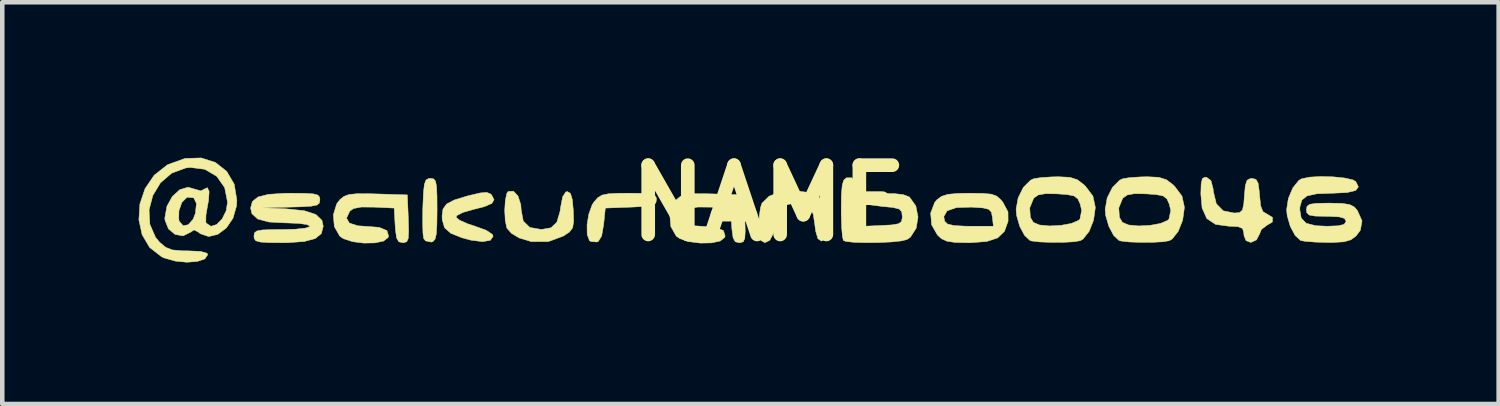
<source format=kicad_pcb>
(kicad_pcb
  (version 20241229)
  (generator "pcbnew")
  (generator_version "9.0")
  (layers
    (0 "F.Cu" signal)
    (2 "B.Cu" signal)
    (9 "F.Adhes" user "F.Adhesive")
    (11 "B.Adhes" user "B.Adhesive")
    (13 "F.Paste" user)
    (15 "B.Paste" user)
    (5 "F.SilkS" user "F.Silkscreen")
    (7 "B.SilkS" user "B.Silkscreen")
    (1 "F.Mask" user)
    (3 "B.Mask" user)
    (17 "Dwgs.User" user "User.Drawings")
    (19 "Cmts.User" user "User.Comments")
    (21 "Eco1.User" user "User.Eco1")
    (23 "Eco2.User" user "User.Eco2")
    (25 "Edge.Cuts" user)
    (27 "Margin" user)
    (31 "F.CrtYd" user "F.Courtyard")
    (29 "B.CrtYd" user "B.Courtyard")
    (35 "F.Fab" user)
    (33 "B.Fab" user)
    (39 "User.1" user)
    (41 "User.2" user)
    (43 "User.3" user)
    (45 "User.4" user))
  (footprint "NAME"
    (layer "F.Cu")
    (at 13.857 1.418)
    (property "Reference" "NAME" (at 0 0 0) (layer "F.SilkS") (effects (font (size 1.524 1.524) (thickness 0.3))))
    (attr through_hole)
    (fp_poly (pts (xy -7.371 -0.534) (xy -7.328 -0.485) (xy -7.305 -0.37) (xy -7.295 -0.162) (xy -7.293 0.144) (xy -7.297 0.469) (xy -7.309 0.676) (xy -7.337 0.792) (xy -7.383 0.845) (xy -7.421 0.857) (xy -7.547 0.83) (xy -7.587 0.779) (xy -7.603 0.663) (xy -7.61 0.443) (xy -7.608 0.16) (xy -7.605 0.067) (xy -7.592 -0.232) (xy -7.572 -0.414) (xy -7.537 -0.508) (xy -7.481 -0.541) (xy -7.439 -0.544) (xy -7.371 -0.534)) (stroke (width 0.01) (type solid)) (fill yes) (layer "F.SilkS"))
    (fp_poly (pts (xy -2.78 -0.215) (xy -2.598 -0.202) (xy -2.505 -0.172) (xy -2.471 -0.119) (xy -2.467 -0.076) (xy -2.482 -0.003) (xy -2.546 0.042) (xy -2.687 0.068) (xy -2.937 0.084) (xy -3.03 0.088) (xy -3.592 0.109) (xy -3.629 0.471) (xy -3.673 0.722) (xy -3.746 0.842) (xy -3.777 0.855) (xy -3.906 0.845) (xy -3.941 0.825) (xy -3.991 0.69) (xy -3.994 0.477) (xy -3.955 0.24) (xy -3.881 0.036) (xy -3.841 -0.026) (xy -3.757 -0.12) (xy -3.663 -0.177) (xy -3.521 -0.206) (xy -3.296 -0.217) (xy -3.079 -0.218) (xy -2.78 -0.215)) (stroke (width 0.01) (type solid)) (fill yes) (layer "F.SilkS"))
    (fp_poly (pts (xy -6.118 -0.203) (xy -6.092 -0.177) (xy -6.04 -0.075) (xy -6.088 0.006) (xy -6.252 0.077) (xy -6.496 0.139) (xy -6.727 0.205) (xy -6.857 0.273) (xy -6.875 0.313) (xy -6.795 0.377) (xy -6.618 0.455) (xy -6.453 0.51) (xy -6.209 0.599) (xy -6.077 0.688) (xy -6.06 0.729) (xy -6.122 0.818) (xy -6.293 0.847) (xy -6.548 0.815) (xy -6.742 0.763) (xy -6.992 0.663) (xy -7.128 0.542) (xy -7.18 0.367) (xy -7.183 0.281) (xy -7.163 0.13) (xy -7.084 0.02) (xy -6.917 -0.068) (xy -6.638 -0.154) (xy -6.588 -0.167) (xy -6.345 -0.224) (xy -6.201 -0.236) (xy -6.118 -0.203)) (stroke (width 0.01) (type solid)) (fill yes) (layer "F.SilkS"))
    (fp_poly (pts (xy -5.512 -0.155) (xy -5.451 0.035) (xy -5.443 0.151) (xy -5.397 0.395) (xy -5.253 0.535) (xy -5.002 0.579) (xy -4.994 0.579) (xy -4.787 0.542) (xy -4.658 0.419) (xy -4.588 0.184) (xy -4.576 0.096) (xy -4.531 -0.139) (xy -4.463 -0.245) (xy -4.427 -0.254) (xy -4.359 -0.214) (xy -4.318 -0.076) (xy -4.296 0.162) (xy -4.289 0.4) (xy -4.311 0.542) (xy -4.38 0.634) (xy -4.514 0.724) (xy -4.849 0.847) (xy -5.219 0.847) (xy -5.486 0.767) (xy -5.656 0.665) (xy -5.757 0.551) (xy -5.759 0.546) (xy -5.794 0.377) (xy -5.805 0.157) (xy -5.792 -0.057) (xy -5.759 -0.213) (xy -5.73 -0.256) (xy -5.612 -0.262) (xy -5.512 -0.155)) (stroke (width 0.01) (type solid)) (fill yes) (layer "F.SilkS"))
    (fp_poly (pts (xy 0.856 -0.236) (xy 1.074 -0.144) (xy 1.209 -0.053) (xy 1.278 0.04) (xy 1.299 0.183) (xy 1.292 0.418) (xy 1.268 0.669) (xy 1.225 0.8) (xy 1.161 0.835) (xy 1.084 0.782) (xy 1.034 0.612) (xy 1.016 0.473) (xy 0.983 0.249) (xy 0.926 0.126) (xy 0.82 0.057) (xy 0.78 0.042) (xy 0.494 0.014) (xy 0.381 0.042) (xy 0.245 0.115) (xy 0.179 0.244) (xy 0.158 0.4) (xy 0.11 0.655) (xy 0.025 0.818) (xy -0.082 0.87) (xy -0.169 0.822) (xy -0.205 0.713) (xy -0.217 0.517) (xy -0.207 0.292) (xy -0.177 0.093) (xy -0.147 0.003) (xy 0.012 -0.153) (xy 0.261 -0.249) (xy 0.557 -0.278) (xy 0.856 -0.236)) (stroke (width 0.01) (type solid)) (fill yes) (layer "F.SilkS"))
    (fp_poly (pts (xy -8.615 -0.202) (xy -7.947 -0.181) (xy -7.925 0.345) (xy -7.918 0.617) (xy -7.927 0.775) (xy -7.96 0.849) (xy -8.024 0.87) (xy -8.048 0.871) (xy -8.135 0.85) (xy -8.184 0.764) (xy -8.209 0.579) (xy -8.215 0.49) (xy -8.237 0.109) (xy -8.679 0.088) (xy -8.96 0.086) (xy -9.132 0.119) (xy -9.213 0.177) (xy -9.285 0.329) (xy -9.223 0.438) (xy -9.035 0.499) (xy -8.874 0.509) (xy -8.567 0.533) (xy -8.396 0.604) (xy -8.36 0.723) (xy -8.369 0.755) (xy -8.469 0.834) (xy -8.663 0.875) (xy -8.906 0.879) (xy -9.15 0.848) (xy -9.352 0.782) (xy -9.434 0.726) (xy -9.553 0.515) (xy -9.575 0.258) (xy -9.501 0.016) (xy -9.432 -0.075) (xy -9.345 -0.146) (xy -9.235 -0.188) (xy -9.067 -0.206) (xy -8.807 -0.207) (xy -8.615 -0.202)) (stroke (width 0.01) (type solid)) (fill yes) (layer "F.SilkS"))
    (fp_poly (pts (xy -1.213 -0.202) (xy -0.544 -0.181) (xy -0.523 0.345) (xy -0.515 0.617) (xy -0.524 0.775) (xy -0.557 0.849) (xy -0.622 0.87) (xy -0.646 0.871) (xy -0.733 0.85) (xy -0.781 0.764) (xy -0.807 0.579) (xy -0.813 0.49) (xy -0.835 0.109) (xy -1.277 0.088) (xy -1.558 0.086) (xy -1.729 0.119) (xy -1.811 0.177) (xy -1.883 0.329) (xy -1.821 0.438) (xy -1.632 0.499) (xy -1.472 0.509) (xy -1.165 0.533) (xy -0.994 0.604) (xy -0.957 0.723) (xy -0.967 0.755) (xy -1.067 0.834) (xy -1.261 0.875) (xy -1.503 0.879) (xy -1.748 0.848) (xy -1.95 0.782) (xy -2.032 0.726) (xy -2.151 0.515) (xy -2.173 0.258) (xy -2.099 0.016) (xy -2.029 -0.075) (xy -1.943 -0.146) (xy -1.833 -0.188) (xy -1.665 -0.206) (xy -1.405 -0.207) (xy -1.213 -0.202)) (stroke (width 0.01) (type solid)) (fill yes) (layer "F.SilkS"))
    (fp_poly (pts (xy 4.713 -0.214) (xy 4.899 -0.197) (xy 5.016 -0.155) (xy 5.105 -0.078) (xy 5.153 -0.019) (xy 5.266 0.193) (xy 5.267 0.398) (xy 5.188 0.62) (xy 5.038 0.765) (xy 4.795 0.844) (xy 4.438 0.871) (xy 4.395 0.871) (xy 4.109 0.865) (xy 3.926 0.839) (xy 3.804 0.784) (xy 3.714 0.703) (xy 3.585 0.476) (xy 3.571 0.296) (xy 3.853 0.296) (xy 3.872 0.398) (xy 3.934 0.459) (xy 4.078 0.494) (xy 4.331 0.507) (xy 4.429 0.508) (xy 4.944 0.508) (xy 4.922 0.308) (xy 4.9 0.198) (xy 4.842 0.136) (xy 4.714 0.105) (xy 4.479 0.089) (xy 4.457 0.088) (xy 4.128 0.099) (xy 3.926 0.169) (xy 3.853 0.296) (xy 3.571 0.296) (xy 3.564 0.219) (xy 3.652 -0.014) (xy 3.701 -0.073) (xy 3.802 -0.148) (xy 3.94 -0.193) (xy 4.153 -0.213) (xy 4.422 -0.218) (xy 4.713 -0.214)) (stroke (width 0.01) (type solid)) (fill yes) (layer "F.SilkS"))
    (fp_poly (pts (xy 9.634 -0.567) (xy 9.729 -0.497) (xy 9.777 -0.316) (xy 9.783 -0.253) (xy 9.848 0.015) (xy 9.999 0.169) (xy 10.243 0.218) (xy 10.36 0.208) (xy 10.422 0.153) (xy 10.452 0.018) (xy 10.465 -0.163) (xy 10.486 -0.389) (xy 10.525 -0.504) (xy 10.597 -0.542) (xy 10.632 -0.544) (xy 10.72 -0.523) (xy 10.768 -0.436) (xy 10.793 -0.25) (xy 10.799 -0.171) (xy 10.823 0.062) (xy 10.873 0.187) (xy 10.962 0.24) (xy 11.085 0.316) (xy 11.081 0.415) (xy 10.962 0.486) (xy 10.839 0.58) (xy 10.799 0.678) (xy 10.73 0.81) (xy 10.607 0.865) (xy 10.501 0.825) (xy 10.457 0.716) (xy 10.45 0.641) (xy 10.424 0.557) (xy 10.322 0.517) (xy 10.127 0.508) (xy 9.832 0.468) (xy 9.639 0.34) (xy 9.535 0.109) (xy 9.507 -0.2) (xy 9.514 -0.427) (xy 9.541 -0.54) (xy 9.599 -0.571) (xy 9.634 -0.567)) (stroke (width 0.01) (type solid)) (fill yes) (layer "F.SilkS"))
    (fp_poly (pts (xy 1.908 -0.443) (xy 1.949 -0.205) (xy 1.958 0.058) (xy 1.959 0.515) (xy 2.449 0.493) (xy 2.709 0.479) (xy 2.856 0.454) (xy 2.922 0.407) (xy 2.939 0.324) (xy 2.939 0.29) (xy 2.928 0.189) (xy 2.872 0.13) (xy 2.737 0.096) (xy 2.504 0.073) (xy 2.244 0.04) (xy 2.106 -0.007) (xy 2.068 -0.073) (xy 2.133 -0.137) (xy 2.299 -0.183) (xy 2.522 -0.208) (xy 2.758 -0.21) (xy 2.965 -0.186) (xy 3.098 -0.134) (xy 3.098 -0.134) (xy 3.238 0.062) (xy 3.286 0.307) (xy 3.246 0.551) (xy 3.121 0.746) (xy 3.045 0.8) (xy 2.919 0.831) (xy 2.699 0.854) (xy 2.426 0.867) (xy 2.143 0.87) (xy 1.89 0.863) (xy 1.709 0.844) (xy 1.645 0.822) (xy 1.623 0.733) (xy 1.607 0.534) (xy 1.598 0.262) (xy 1.597 0.131) (xy 1.601 -0.19) (xy 1.619 -0.393) (xy 1.653 -0.506) (xy 1.71 -0.556) (xy 1.713 -0.557) (xy 1.831 -0.557) (xy 1.908 -0.443)) (stroke (width 0.01) (type solid)) (fill yes) (layer "F.SilkS"))
    (fp_poly (pts (xy -10.209 -0.215) (xy -10.017 -0.204) (xy -9.916 -0.177) (xy -9.876 -0.129) (xy -9.87 -0.073) (xy -9.882 -0.002) (xy -9.936 0.042) (xy -10.061 0.067) (xy -10.284 0.081) (xy -10.505 0.087) (xy -11.14 0.101) (xy -10.597 0.127) (xy -10.214 0.167) (xy -9.96 0.249) (xy -9.826 0.378) (xy -9.797 0.508) (xy -9.838 0.669) (xy -9.972 0.779) (xy -10.214 0.844) (xy -10.579 0.87) (xy -10.692 0.871) (xy -10.995 0.868) (xy -11.182 0.856) (xy -11.28 0.828) (xy -11.316 0.777) (xy -11.321 0.726) (xy -11.31 0.655) (xy -11.256 0.612) (xy -11.133 0.59) (xy -10.91 0.582) (xy -10.704 0.581) (xy -10.404 0.573) (xy -10.191 0.55) (xy -10.092 0.517) (xy -10.087 0.508) (xy -10.155 0.471) (xy -10.337 0.446) (xy -10.605 0.435) (xy -10.627 0.435) (xy -10.996 0.415) (xy -11.239 0.349) (xy -11.366 0.232) (xy -11.394 0.109) (xy -11.356 -0.036) (xy -11.232 -0.135) (xy -11.004 -0.193) (xy -10.656 -0.216) (xy -10.518 -0.218) (xy -10.209 -0.215)) (stroke (width 0.01) (type solid)) (fill yes) (layer "F.SilkS"))
    (fp_poly (pts (xy 6.623 -0.568) (xy 6.791 -0.515) (xy 6.94 -0.401) (xy 6.972 -0.368) (xy 7.133 -0.155) (xy 7.184 0.082) (xy 7.185 0.107) (xy 7.147 0.377) (xy 7.051 0.62) (xy 6.917 0.789) (xy 6.855 0.826) (xy 6.715 0.85) (xy 6.485 0.862) (xy 6.218 0.863) (xy 5.968 0.854) (xy 5.789 0.833) (xy 5.75 0.822) (xy 5.631 0.712) (xy 5.524 0.512) (xy 5.456 0.276) (xy 5.443 0.142) (xy 5.449 0.105) (xy 5.743 0.105) (xy 5.757 0.313) (xy 5.823 0.424) (xy 5.959 0.481) (xy 6.179 0.502) (xy 6.43 0.489) (xy 6.66 0.447) (xy 6.818 0.379) (xy 6.848 0.349) (xy 6.886 0.159) (xy 6.854 0.022) (xy 6.802 -0.093) (xy 6.72 -0.157) (xy 6.569 -0.188) (xy 6.351 -0.204) (xy 6.089 -0.208) (xy 5.931 -0.18) (xy 5.837 -0.114) (xy 5.826 -0.099) (xy 5.743 0.105) (xy 5.449 0.105) (xy 5.488 -0.114) (xy 5.603 -0.346) (xy 5.761 -0.504) (xy 5.836 -0.538) (xy 5.995 -0.562) (xy 6.231 -0.577) (xy 6.374 -0.58) (xy 6.623 -0.568)) (stroke (width 0.01) (type solid)) (fill yes) (layer "F.SilkS"))
    (fp_poly (pts (xy 8.582 -0.568) (xy 8.75 -0.515) (xy 8.899 -0.401) (xy 8.932 -0.368) (xy 9.092 -0.155) (xy 9.144 0.082) (xy 9.144 0.107) (xy 9.107 0.377) (xy 9.01 0.62) (xy 8.877 0.789) (xy 8.814 0.826) (xy 8.674 0.85) (xy 8.444 0.862) (xy 8.177 0.863) (xy 7.927 0.854) (xy 7.748 0.833) (xy 7.709 0.822) (xy 7.59 0.712) (xy 7.484 0.512) (xy 7.415 0.276) (xy 7.402 0.142) (xy 7.409 0.105) (xy 7.702 0.105) (xy 7.716 0.313) (xy 7.783 0.424) (xy 7.919 0.481) (xy 8.138 0.502) (xy 8.389 0.489) (xy 8.619 0.447) (xy 8.777 0.379) (xy 8.807 0.349) (xy 8.846 0.159) (xy 8.813 0.022) (xy 8.761 -0.093) (xy 8.68 -0.157) (xy 8.528 -0.188) (xy 8.31 -0.204) (xy 8.048 -0.208) (xy 7.89 -0.18) (xy 7.797 -0.114) (xy 7.785 -0.099) (xy 7.702 0.105) (xy 7.409 0.105) (xy 7.447 -0.114) (xy 7.563 -0.346) (xy 7.72 -0.504) (xy 7.796 -0.538) (xy 7.954 -0.562) (xy 8.191 -0.577) (xy 8.333 -0.58) (xy 8.582 -0.568)) (stroke (width 0.01) (type solid)) (fill yes) (layer "F.SilkS"))
    (fp_poly (pts (xy 12.423 -0.578) (xy 12.674 -0.552) (xy 12.855 -0.51) (xy 12.915 -0.475) (xy 12.973 -0.358) (xy 12.913 -0.278) (xy 12.726 -0.233) (xy 12.406 -0.218) (xy 12.384 -0.218) (xy 12.053 -0.205) (xy 11.843 -0.159) (xy 11.729 -0.067) (xy 11.686 0.083) (xy 11.684 0.145) (xy 11.715 0.33) (xy 11.825 0.443) (xy 12.036 0.497) (xy 12.279 0.508) (xy 12.527 0.499) (xy 12.658 0.468) (xy 12.7 0.407) (xy 12.7 0.399) (xy 12.667 0.336) (xy 12.548 0.302) (xy 12.317 0.29) (xy 12.265 0.29) (xy 12.021 0.285) (xy 11.89 0.262) (xy 11.837 0.209) (xy 11.829 0.145) (xy 11.843 0.069) (xy 11.905 0.025) (xy 12.047 0.005) (xy 12.299 0.000028) (xy 12.333 0) (xy 12.609 0.006) (xy 12.779 0.031) (xy 12.883 0.085) (xy 12.95 0.161) (xy 13.053 0.392) (xy 13.015 0.599) (xy 12.918 0.726) (xy 12.807 0.807) (xy 12.653 0.851) (xy 12.414 0.865) (xy 12.283 0.865) (xy 12.02 0.857) (xy 11.809 0.841) (xy 11.701 0.822) (xy 11.582 0.712) (xy 11.475 0.513) (xy 11.407 0.279) (xy 11.394 0.145) (xy 11.432 -0.102) (xy 11.53 -0.335) (xy 11.662 -0.499) (xy 11.724 -0.535) (xy 11.902 -0.572) (xy 12.151 -0.586) (xy 12.423 -0.578)) (stroke (width 0.01) (type solid)) (fill yes) (layer "F.SilkS"))
    (fp_poly (pts (xy -12.169 -0.895) (xy -11.92 -0.698) (xy -11.755 -0.417) (xy -11.697 -0.065) (xy -11.705 0.064) (xy -11.782 0.332) (xy -11.928 0.546) (xy -12.116 0.687) (xy -12.317 0.735) (xy -12.502 0.672) (xy -12.54 0.639) (xy -12.639 0.589) (xy -12.715 0.639) (xy -12.879 0.72) (xy -13.055 0.689) (xy -13.201 0.567) (xy -13.277 0.377) (xy -13.279 0.357) (xy -12.975 0.357) (xy -12.962 0.404) (xy -12.877 0.497) (xy -12.766 0.475) (xy -12.66 0.355) (xy -12.609 0.226) (xy -12.586 0.007) (xy -12.646 -0.117) (xy -12.778 -0.13) (xy -12.802 -0.122) (xy -12.907 -0.016) (xy -12.971 0.166) (xy -12.975 0.357) (xy -13.279 0.357) (xy -13.281 0.325) (xy -13.235 0.069) (xy -13.116 -0.147) (xy -12.952 -0.296) (xy -12.77 -0.35) (xy -12.632 -0.31) (xy -12.486 -0.269) (xy -12.427 -0.302) (xy -12.344 -0.34) (xy -12.307 -0.255) (xy -12.319 -0.062) (xy -12.343 0.063) (xy -12.377 0.267) (xy -12.379 0.413) (xy -12.371 0.44) (xy -12.267 0.51) (xy -12.142 0.471) (xy -12.021 0.348) (xy -11.932 0.168) (xy -11.902 -0.02) (xy -11.965 -0.341) (xy -12.139 -0.589) (xy -12.4 -0.744) (xy -12.725 -0.785) (xy -12.82 -0.774) (xy -13.131 -0.659) (xy -13.377 -0.447) (xy -13.546 -0.167) (xy -13.628 0.147) (xy -13.611 0.465) (xy -13.485 0.754) (xy -13.396 0.861) (xy -13.263 0.972) (xy -13.117 1.029) (xy -12.903 1.049) (xy -12.771 1.05) (xy -12.496 1.062) (xy -12.355 1.102) (xy -12.337 1.132) (xy -12.401 1.227) (xy -12.567 1.283) (xy -12.797 1.3) (xy -13.052 1.275) (xy -13.294 1.206) (xy -13.353 1.179) (xy -13.616 0.975) (xy -13.781 0.694) (xy -13.852 0.366) (xy -13.83 0.019) (xy -13.717 -0.317) (xy -13.516 -0.613) (xy -13.228 -0.84) (xy -13.211 -0.849) (xy -12.836 -0.983) (xy -12.481 -0.994) (xy -12.169 -0.895)) (stroke (width 0.01) (type solid)) (fill yes) (layer "F.SilkS")))
  (gr_rect
    (start -3 -3)
    (end 29.915 5.836)
    (stroke (width 0.1) (type default))
    (fill no)
    (layer "Edge.Cuts")))
</source>
